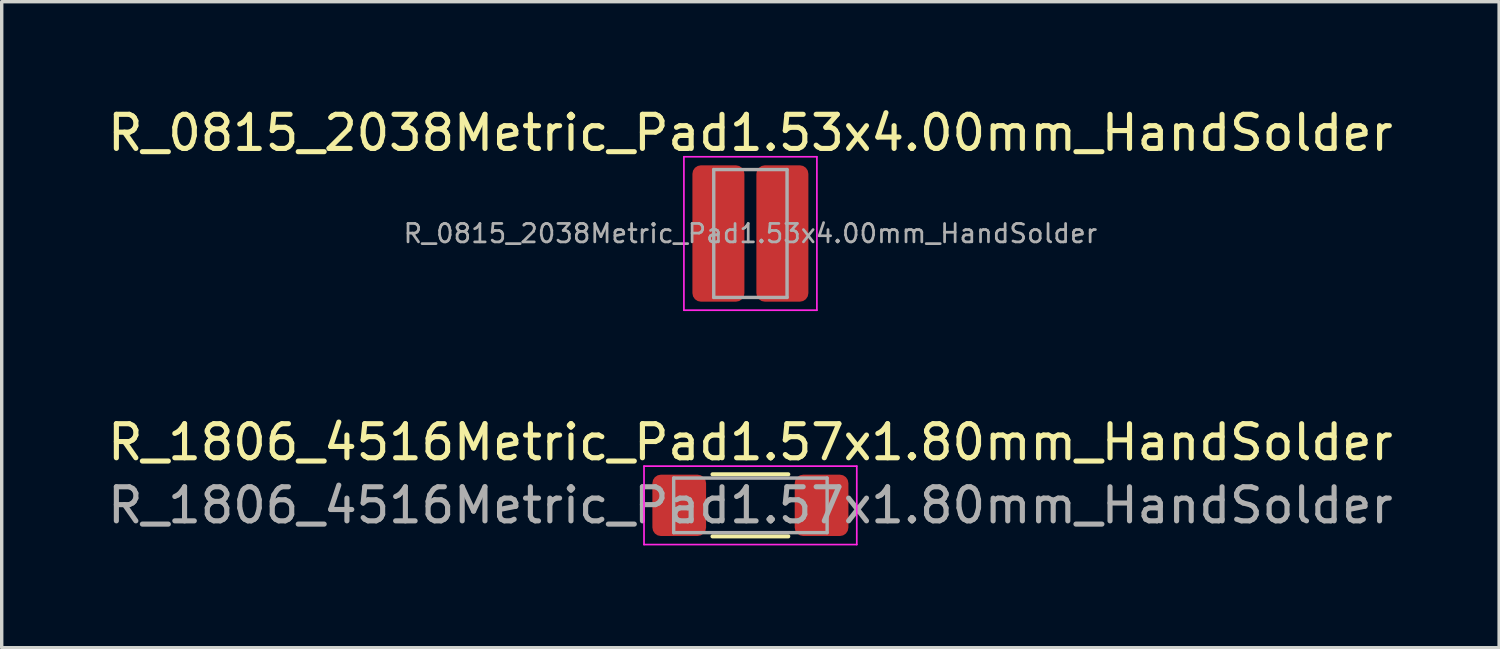
<source format=kicad_pcb>
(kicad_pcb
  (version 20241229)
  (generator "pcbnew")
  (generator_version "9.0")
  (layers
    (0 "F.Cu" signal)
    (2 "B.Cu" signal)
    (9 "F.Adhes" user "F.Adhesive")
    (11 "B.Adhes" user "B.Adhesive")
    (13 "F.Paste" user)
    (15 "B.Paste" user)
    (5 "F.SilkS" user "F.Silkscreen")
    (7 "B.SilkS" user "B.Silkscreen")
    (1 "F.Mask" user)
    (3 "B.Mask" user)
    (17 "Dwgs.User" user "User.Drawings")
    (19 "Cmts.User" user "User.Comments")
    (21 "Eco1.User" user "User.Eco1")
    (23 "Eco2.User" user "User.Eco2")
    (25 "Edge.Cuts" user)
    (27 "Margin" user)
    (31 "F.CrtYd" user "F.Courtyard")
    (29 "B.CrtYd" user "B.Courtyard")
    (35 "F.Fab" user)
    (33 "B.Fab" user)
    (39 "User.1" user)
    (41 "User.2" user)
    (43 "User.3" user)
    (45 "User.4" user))
  (footprint "R_1806_4516Metric_Pad1.57x1.80mm_HandSolder"
    (layer "F.Cu")
    (at 18.958 11.771)
    (property "Reference" "R_1806_4516Metric_Pad1.57x1.80mm_HandSolder" (at 0 -1.85 0) (layer "F.SilkS") (effects (font (size 1 1) (thickness 0.15))))
    (attr smd)
    (fp_line (start -1.111 -0.91) (end 1.111 -0.91) (stroke (width 0.12) (type solid)) (layer "F.SilkS"))
    (fp_line (start -1.111 0.91) (end 1.111 0.91) (stroke (width 0.12) (type solid)) (layer "F.SilkS"))
    (fp_line (start -3.12 -1.15) (end 3.12 -1.15) (stroke (width 0.05) (type solid)) (layer "F.CrtYd"))
    (fp_line (start -3.12 1.15) (end -3.12 -1.15) (stroke (width 0.05) (type solid)) (layer "F.CrtYd"))
    (fp_line (start 3.12 -1.15) (end 3.12 1.15) (stroke (width 0.05) (type solid)) (layer "F.CrtYd"))
    (fp_line (start 3.12 1.15) (end -3.12 1.15) (stroke (width 0.05) (type solid)) (layer "F.CrtYd"))
    (fp_line (start -2.25 -0.8) (end 2.25 -0.8) (stroke (width 0.1) (type solid)) (layer "F.Fab"))
    (fp_line (start -2.25 0.8) (end -2.25 -0.8) (stroke (width 0.1) (type solid)) (layer "F.Fab"))
    (fp_line (start 2.25 -0.8) (end 2.25 0.8) (stroke (width 0.1) (type solid)) (layer "F.Fab"))
    (fp_line (start 2.25 0.8) (end -2.25 0.8) (stroke (width 0.1) (type solid)) (layer "F.Fab"))
    (fp_text user "${REFERENCE}" (at 0 0 0) (layer "F.Fab") (effects (font (size 1 1) (thickness 0.15))))
    (pad "1" smd roundrect (at -2.087 0) (size 1.575 1.8) (layers "F.Cu" "F.Mask" "F.Paste") (roundrect_rratio 0.159))
    (pad "2" smd roundrect (at 2.087 0) (size 1.575 1.8) (layers "F.Cu" "F.Mask" "F.Paste") (roundrect_rratio 0.159)))
  (footprint "R_0815_2038Metric_Pad1.53x4.00mm_HandSolder"
    (layer "F.Cu")
    (at 18.958 3.798)
    (property "Reference" "R_0815_2038Metric_Pad1.53x4.00mm_HandSolder" (at 0 -2.95 0) (layer "F.SilkS") (effects (font (size 1 1) (thickness 0.15))))
    (attr smd)
    (fp_line (start -1.95 -2.25) (end 1.95 -2.25) (stroke (width 0.05) (type solid)) (layer "F.CrtYd"))
    (fp_line (start -1.95 2.25) (end -1.95 -2.25) (stroke (width 0.05) (type solid)) (layer "F.CrtYd"))
    (fp_line (start 1.95 -2.25) (end 1.95 2.25) (stroke (width 0.05) (type solid)) (layer "F.CrtYd"))
    (fp_line (start 1.95 2.25) (end -1.95 2.25) (stroke (width 0.05) (type solid)) (layer "F.CrtYd"))
    (fp_line (start -1.075 -1.875) (end 1.075 -1.875) (stroke (width 0.1) (type solid)) (layer "F.Fab"))
    (fp_line (start -1.075 1.875) (end -1.075 -1.875) (stroke (width 0.1) (type solid)) (layer "F.Fab"))
    (fp_line (start 1.075 -1.875) (end 1.075 1.875) (stroke (width 0.1) (type solid)) (layer "F.Fab"))
    (fp_line (start 1.075 1.875) (end -1.075 1.875) (stroke (width 0.1) (type solid)) (layer "F.Fab"))
    (fp_text user "${REFERENCE}" (at 0 0 0) (layer "F.Fab") (effects (font (size 0.54 0.54) (thickness 0.08))))
    (pad "1" smd roundrect (at -0.938 0) (size 1.525 4) (layers "F.Cu" "F.Mask" "F.Paste") (roundrect_rratio 0.164))
    (pad "2" smd roundrect (at 0.938 0) (size 1.525 4) (layers "F.Cu" "F.Mask" "F.Paste") (roundrect_rratio 0.164)))
  (gr_rect
    (start -3 -3)
    (end 40.917 15.947)
    (stroke (width 0.1) (type default))
    (fill no)
    (layer "Edge.Cuts")))
</source>
